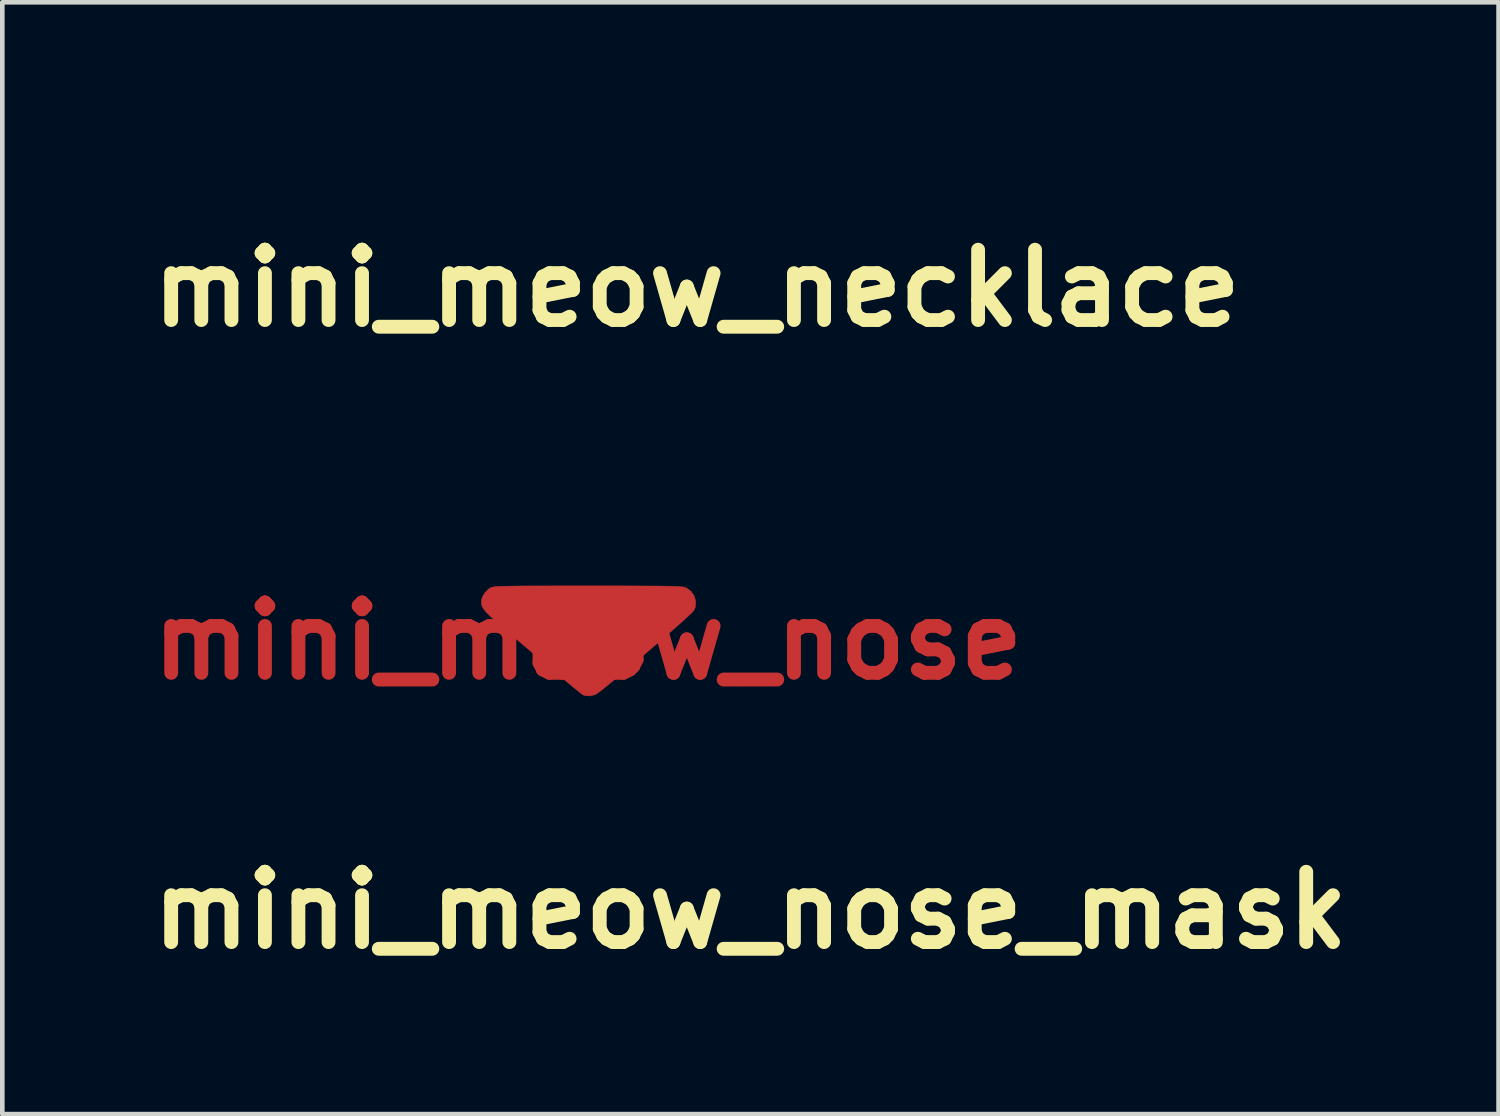
<source format=kicad_pcb>
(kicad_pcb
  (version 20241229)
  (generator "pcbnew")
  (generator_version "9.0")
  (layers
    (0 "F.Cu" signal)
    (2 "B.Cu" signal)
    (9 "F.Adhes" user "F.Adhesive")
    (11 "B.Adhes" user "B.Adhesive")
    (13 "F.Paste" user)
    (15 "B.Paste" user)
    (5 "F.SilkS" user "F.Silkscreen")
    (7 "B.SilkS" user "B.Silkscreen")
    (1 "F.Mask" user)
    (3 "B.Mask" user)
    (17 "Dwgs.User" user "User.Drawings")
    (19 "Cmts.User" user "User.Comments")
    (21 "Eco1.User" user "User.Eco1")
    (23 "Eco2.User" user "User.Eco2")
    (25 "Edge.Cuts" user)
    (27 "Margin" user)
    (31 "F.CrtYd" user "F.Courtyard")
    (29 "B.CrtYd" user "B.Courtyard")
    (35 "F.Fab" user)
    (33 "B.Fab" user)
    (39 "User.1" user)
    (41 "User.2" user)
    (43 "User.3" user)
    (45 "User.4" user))
  (footprint "mini_meow_necklace"
    (layer "F.Cu")
    (at 12.054 3.197)
    (property "Reference" "mini_meow_necklace" (at 0 0 0) (layer "F.SilkS") (effects (font (size 1.524 1.524) (thickness 0.3))))
    (attr through_hole)
    (fp_poly (pts (xy 0.603 -3.144) (xy 0.914 -3.073) (xy 1.068 -3.022) (xy 1.247 -2.947) (xy 1.439 -2.856) (xy 1.626 -2.756) (xy 1.797 -2.655) (xy 1.919 -2.572) (xy 2.076 -2.444) (xy 2.241 -2.29) (xy 2.402 -2.123) (xy 2.547 -1.956) (xy 2.664 -1.803) (xy 2.674 -1.786) (xy 2.88 -1.432) (xy 3.037 -1.062) (xy 3.147 -0.678) (xy 3.208 -0.285) (xy 3.221 0.115) (xy 3.184 0.519) (xy 3.099 0.914) (xy 3.047 1.069) (xy 2.971 1.25) (xy 2.88 1.442) (xy 2.78 1.63) (xy 2.678 1.8) (xy 2.593 1.923) (xy 2.466 2.078) (xy 2.313 2.241) (xy 2.148 2.401) (xy 1.982 2.546) (xy 1.83 2.662) (xy 1.808 2.677) (xy 1.653 2.771) (xy 1.473 2.867) (xy 1.284 2.957) (xy 1.101 3.034) (xy 0.94 3.091) (xy 0.914 3.098) (xy 0.675 3.154) (xy 0.414 3.194) (xy 0.149 3.218) (xy -0.103 3.224) (xy -0.327 3.211) (xy -0.343 3.209) (xy -0.747 3.133) (xy -1.132 3.011) (xy -1.495 2.844) (xy -1.835 2.633) (xy -2.149 2.378) (xy -2.29 2.241) (xy -2.471 2.042) (xy -2.621 1.848) (xy -2.752 1.642) (xy -2.876 1.406) (xy -2.895 1.367) (xy -3.041 1.001) (xy -3.141 0.622) (xy -3.192 0.236) (xy -3.195 -0.153) (xy -3.151 -0.54) (xy -3.059 -0.921) (xy -2.919 -1.289) (xy -2.895 -1.342) (xy -2.77 -1.584) (xy -2.641 -1.793) (xy -2.495 -1.988) (xy -2.319 -2.185) (xy -2.29 -2.216) (xy -1.991 -2.489) (xy -1.668 -2.719) (xy -1.323 -2.905) (xy -0.96 -3.047) (xy -0.583 -3.142) (xy -0.194 -3.191) (xy 0.202 -3.192) (xy 0.603 -3.144)) (stroke (width 0.01) (type solid)) (fill yes) (layer "F.Mask")))
  (footprint "mini_meow_nose_mask"
    (layer "F.Cu")
    (at 13.215 16.68)
    (property "Reference" "mini_meow_nose_mask" (at 0 0 0) (layer "F.SilkS") (effects (font (size 1.524 1.524) (thickness 0.3))))
    (attr through_hole)
    (fp_poly (pts (xy 0.372 -1.195) (xy 0.697 -1.195) (xy 0.978 -1.194) (xy 1.218 -1.193) (xy 1.42 -1.192) (xy 1.589 -1.191) (xy 1.728 -1.189) (xy 1.839 -1.186) (xy 1.926 -1.183) (xy 1.994 -1.178) (xy 2.044 -1.174) (xy 2.081 -1.168) (xy 2.108 -1.161) (xy 2.128 -1.153) (xy 2.134 -1.15) (xy 2.236 -1.073) (xy 2.304 -0.97) (xy 2.335 -0.852) (xy 2.323 -0.732) (xy 2.296 -0.667) (xy 2.268 -0.634) (xy 2.205 -0.572) (xy 2.112 -0.486) (xy 1.993 -0.379) (xy 1.853 -0.255) (xy 1.696 -0.118) (xy 1.527 0.028) (xy 1.351 0.18) (xy 1.171 0.334) (xy 0.993 0.485) (xy 0.821 0.63) (xy 0.659 0.766) (xy 0.511 0.887) (xy 0.384 0.991) (xy 0.28 1.074) (xy 0.204 1.131) (xy 0.162 1.159) (xy 0.16 1.16) (xy 0.04 1.191) (xy -0.072 1.182) (xy -0.119 1.162) (xy -0.148 1.14) (xy -0.212 1.089) (xy -0.308 1.01) (xy -0.431 0.908) (xy -0.577 0.786) (xy -0.743 0.646) (xy -0.925 0.492) (xy -1.12 0.328) (xy -1.216 0.246) (xy -1.45 0.047) (xy -1.649 -0.122) (xy -1.814 -0.264) (xy -1.95 -0.383) (xy -2.058 -0.481) (xy -2.143 -0.561) (xy -2.206 -0.626) (xy -2.252 -0.68) (xy -2.282 -0.725) (xy -2.301 -0.764) (xy -2.31 -0.801) (xy -2.313 -0.838) (xy -2.314 -0.862) (xy -2.292 -0.952) (xy -2.236 -1.046) (xy -2.158 -1.125) (xy -2.13 -1.144) (xy -2.113 -1.153) (xy -2.095 -1.161) (xy -2.07 -1.168) (xy -2.035 -1.174) (xy -1.988 -1.179) (xy -1.925 -1.183) (xy -1.842 -1.186) (xy -1.736 -1.189) (xy -1.603 -1.191) (xy -1.44 -1.193) (xy -1.245 -1.194) (xy -1.012 -1.194) (xy -0.74 -1.195) (xy -0.423 -1.195) (xy -0.06 -1.195) (xy 0 -1.195) (xy 0.372 -1.195)) (stroke (width 0.01) (type solid)) (fill yes) (layer "F.Mask")))
  (footprint "mini_meow_nose"
    (layer "F.Cu")
    (at 9.696 10.844)
    (property "Reference" "mini_meow_nose" (at 0 0 0) (layer "F.Cu") (effects (font (size 1.524 1.524) (thickness 0.3))))
    (attr through_hole)
    (fp_poly (pts (xy 0.372 -1.195) (xy 0.697 -1.195) (xy 0.978 -1.194) (xy 1.218 -1.193) (xy 1.42 -1.192) (xy 1.589 -1.191) (xy 1.728 -1.189) (xy 1.839 -1.186) (xy 1.926 -1.183) (xy 1.994 -1.178) (xy 2.044 -1.174) (xy 2.081 -1.168) (xy 2.108 -1.161) (xy 2.128 -1.153) (xy 2.134 -1.15) (xy 2.236 -1.073) (xy 2.304 -0.97) (xy 2.335 -0.852) (xy 2.323 -0.732) (xy 2.296 -0.667) (xy 2.268 -0.634) (xy 2.205 -0.572) (xy 2.112 -0.486) (xy 1.993 -0.379) (xy 1.853 -0.255) (xy 1.696 -0.118) (xy 1.527 0.028) (xy 1.351 0.18) (xy 1.171 0.334) (xy 0.993 0.485) (xy 0.821 0.63) (xy 0.659 0.766) (xy 0.511 0.887) (xy 0.384 0.991) (xy 0.28 1.074) (xy 0.204 1.131) (xy 0.162 1.159) (xy 0.16 1.16) (xy 0.04 1.191) (xy -0.072 1.182) (xy -0.119 1.162) (xy -0.148 1.14) (xy -0.212 1.089) (xy -0.308 1.01) (xy -0.431 0.908) (xy -0.577 0.786) (xy -0.743 0.646) (xy -0.925 0.492) (xy -1.12 0.328) (xy -1.216 0.246) (xy -1.45 0.047) (xy -1.649 -0.122) (xy -1.814 -0.264) (xy -1.95 -0.383) (xy -2.058 -0.481) (xy -2.143 -0.561) (xy -2.206 -0.626) (xy -2.252 -0.68) (xy -2.282 -0.725) (xy -2.301 -0.764) (xy -2.31 -0.801) (xy -2.313 -0.838) (xy -2.314 -0.862) (xy -2.292 -0.952) (xy -2.236 -1.046) (xy -2.158 -1.125) (xy -2.13 -1.144) (xy -2.113 -1.153) (xy -2.095 -1.161) (xy -2.07 -1.168) (xy -2.035 -1.174) (xy -1.988 -1.179) (xy -1.925 -1.183) (xy -1.842 -1.186) (xy -1.736 -1.189) (xy -1.603 -1.191) (xy -1.44 -1.193) (xy -1.245 -1.194) (xy -1.012 -1.194) (xy -0.74 -1.195) (xy -0.423 -1.195) (xy -0.06 -1.195) (xy 0 -1.195) (xy 0.372 -1.195)) (stroke (width 0.01) (type solid)) (fill yes) (layer "F.Cu")))
  (gr_rect
    (start -3 -3)
    (end 29.431 21.098)
    (stroke (width 0.1) (type default))
    (fill no)
    (layer "Edge.Cuts")))
</source>
